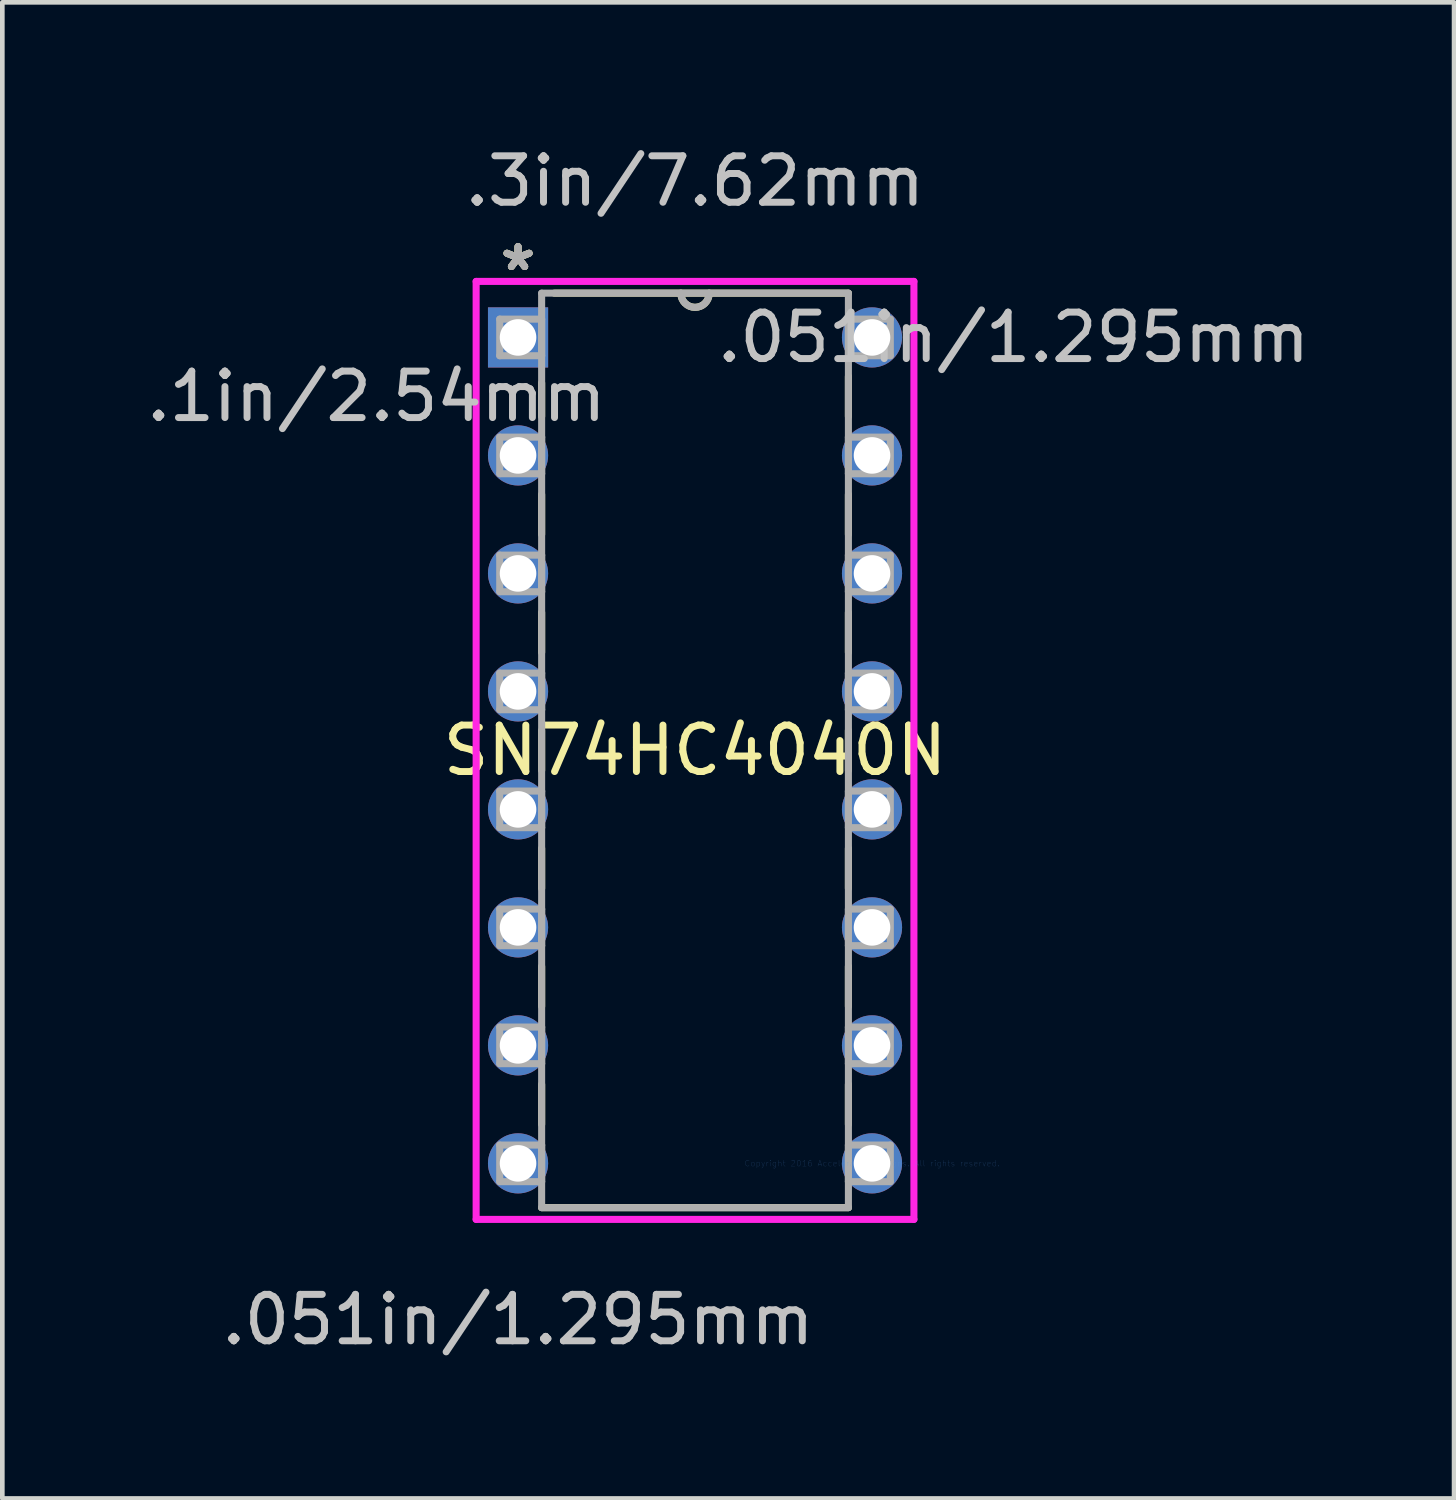
<source format=kicad_pcb>
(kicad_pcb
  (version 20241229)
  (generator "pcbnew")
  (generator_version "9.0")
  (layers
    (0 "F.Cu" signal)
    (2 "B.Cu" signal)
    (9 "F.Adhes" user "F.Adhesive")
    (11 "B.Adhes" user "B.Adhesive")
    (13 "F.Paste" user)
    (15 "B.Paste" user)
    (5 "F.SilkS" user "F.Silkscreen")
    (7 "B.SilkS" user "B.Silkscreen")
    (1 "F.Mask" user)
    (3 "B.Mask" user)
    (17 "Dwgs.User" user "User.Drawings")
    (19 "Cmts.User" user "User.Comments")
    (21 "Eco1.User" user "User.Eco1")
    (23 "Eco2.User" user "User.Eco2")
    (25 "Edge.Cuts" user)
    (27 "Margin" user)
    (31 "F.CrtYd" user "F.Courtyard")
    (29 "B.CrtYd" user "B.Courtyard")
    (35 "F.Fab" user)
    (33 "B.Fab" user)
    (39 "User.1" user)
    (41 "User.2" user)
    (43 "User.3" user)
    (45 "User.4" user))
  (footprint "SN74HC4040N"
    (layer "F.Cu")
    (at 15.722 21.994)
    (property "Reference" "SN74HC4040N" (at -3.81 -8.89 0) (layer "F.SilkS") (effects (font (size 1 1) (thickness 0.15))))
    (attr through_hole)
    (fp_line (start -7.112 -16.8) (end -7.112 -16.079) (stroke (width 0.152) (type solid)) (layer "F.SilkS"))
    (fp_line (start -7.112 -14.401) (end -7.112 -13.539) (stroke (width 0.152) (type solid)) (layer "F.SilkS"))
    (fp_line (start -7.112 -11.861) (end -7.112 -10.999) (stroke (width 0.152) (type solid)) (layer "F.SilkS"))
    (fp_line (start -7.112 -9.321) (end -7.112 -8.459) (stroke (width 0.152) (type solid)) (layer "F.SilkS"))
    (fp_line (start -7.112 -6.781) (end -7.112 -5.919) (stroke (width 0.152) (type solid)) (layer "F.SilkS"))
    (fp_line (start -7.112 -4.241) (end -7.112 -3.379) (stroke (width 0.152) (type solid)) (layer "F.SilkS"))
    (fp_line (start -7.112 -1.701) (end -7.112 -0.839) (stroke (width 0.152) (type solid)) (layer "F.SilkS"))
    (fp_line (start -7.112 0.953) (end -0.508 0.953) (stroke (width 0.152) (type solid)) (layer "F.SilkS"))
    (fp_line (start -0.508 -18.733) (end -6.839 -18.733) (stroke (width 0.152) (type solid)) (layer "F.SilkS"))
    (fp_line (start -0.508 -16.079) (end -0.508 -16.941) (stroke (width 0.152) (type solid)) (layer "F.SilkS"))
    (fp_line (start -0.508 -13.539) (end -0.508 -14.401) (stroke (width 0.152) (type solid)) (layer "F.SilkS"))
    (fp_line (start -0.508 -10.999) (end -0.508 -11.861) (stroke (width 0.152) (type solid)) (layer "F.SilkS"))
    (fp_line (start -0.508 -8.459) (end -0.508 -9.321) (stroke (width 0.152) (type solid)) (layer "F.SilkS"))
    (fp_line (start -0.508 -5.919) (end -0.508 -6.781) (stroke (width 0.152) (type solid)) (layer "F.SilkS"))
    (fp_line (start -0.508 -3.379) (end -0.508 -4.241) (stroke (width 0.152) (type solid)) (layer "F.SilkS"))
    (fp_line (start -0.508 -0.839) (end -0.508 -1.701) (stroke (width 0.152) (type solid)) (layer "F.SilkS"))
    (fp_arc (start -3.5052 -18.7325) (mid -3.81 -18.4277) (end -4.1148 -18.7325) (stroke (width 0.1524) (type solid)) (layer "F.SilkS"))
    (fp_line (start -8.522 -18.986) (end 0.902 -18.986) (stroke (width 0.152) (type solid)) (layer "F.CrtYd"))
    (fp_line (start -8.522 1.206) (end -8.522 -18.986) (stroke (width 0.152) (type solid)) (layer "F.CrtYd"))
    (fp_line (start 0.902 -18.986) (end 0.902 1.206) (stroke (width 0.152) (type solid)) (layer "F.CrtYd"))
    (fp_line (start 0.902 1.206) (end -8.522 1.206) (stroke (width 0.152) (type solid)) (layer "F.CrtYd"))
    (fp_line (start -8.014 -18.174) (end -8.014 -17.386) (stroke (width 0.152) (type solid)) (layer "F.Fab"))
    (fp_line (start -8.014 -17.386) (end -7.112 -17.386) (stroke (width 0.152) (type solid)) (layer "F.Fab"))
    (fp_line (start -8.014 -15.634) (end -8.014 -14.846) (stroke (width 0.152) (type solid)) (layer "F.Fab"))
    (fp_line (start -8.014 -14.846) (end -7.112 -14.846) (stroke (width 0.152) (type solid)) (layer "F.Fab"))
    (fp_line (start -8.014 -13.094) (end -8.014 -12.306) (stroke (width 0.152) (type solid)) (layer "F.Fab"))
    (fp_line (start -8.014 -12.306) (end -7.112 -12.306) (stroke (width 0.152) (type solid)) (layer "F.Fab"))
    (fp_line (start -8.014 -10.554) (end -8.014 -9.766) (stroke (width 0.152) (type solid)) (layer "F.Fab"))
    (fp_line (start -8.014 -9.766) (end -7.112 -9.766) (stroke (width 0.152) (type solid)) (layer "F.Fab"))
    (fp_line (start -8.014 -8.014) (end -8.014 -7.226) (stroke (width 0.152) (type solid)) (layer "F.Fab"))
    (fp_line (start -8.014 -7.226) (end -7.112 -7.226) (stroke (width 0.152) (type solid)) (layer "F.Fab"))
    (fp_line (start -8.014 -5.474) (end -8.014 -4.686) (stroke (width 0.152) (type solid)) (layer "F.Fab"))
    (fp_line (start -8.014 -4.686) (end -7.112 -4.686) (stroke (width 0.152) (type solid)) (layer "F.Fab"))
    (fp_line (start -8.014 -2.934) (end -8.014 -2.146) (stroke (width 0.152) (type solid)) (layer "F.Fab"))
    (fp_line (start -8.014 -2.146) (end -7.112 -2.146) (stroke (width 0.152) (type solid)) (layer "F.Fab"))
    (fp_line (start -8.014 -0.394) (end -8.014 0.394) (stroke (width 0.152) (type solid)) (layer "F.Fab"))
    (fp_line (start -8.014 0.394) (end -7.112 0.394) (stroke (width 0.152) (type solid)) (layer "F.Fab"))
    (fp_line (start -7.112 -18.733) (end -7.112 0.953) (stroke (width 0.152) (type solid)) (layer "F.Fab"))
    (fp_line (start -7.112 -18.174) (end -8.014 -18.174) (stroke (width 0.152) (type solid)) (layer "F.Fab"))
    (fp_line (start -7.112 -17.386) (end -7.112 -18.174) (stroke (width 0.152) (type solid)) (layer "F.Fab"))
    (fp_line (start -7.112 -15.634) (end -8.014 -15.634) (stroke (width 0.152) (type solid)) (layer "F.Fab"))
    (fp_line (start -7.112 -14.846) (end -7.112 -15.634) (stroke (width 0.152) (type solid)) (layer "F.Fab"))
    (fp_line (start -7.112 -13.094) (end -8.014 -13.094) (stroke (width 0.152) (type solid)) (layer "F.Fab"))
    (fp_line (start -7.112 -12.306) (end -7.112 -13.094) (stroke (width 0.152) (type solid)) (layer "F.Fab"))
    (fp_line (start -7.112 -10.554) (end -8.014 -10.554) (stroke (width 0.152) (type solid)) (layer "F.Fab"))
    (fp_line (start -7.112 -9.766) (end -7.112 -10.554) (stroke (width 0.152) (type solid)) (layer "F.Fab"))
    (fp_line (start -7.112 -8.014) (end -8.014 -8.014) (stroke (width 0.152) (type solid)) (layer "F.Fab"))
    (fp_line (start -7.112 -7.226) (end -7.112 -8.014) (stroke (width 0.152) (type solid)) (layer "F.Fab"))
    (fp_line (start -7.112 -5.474) (end -8.014 -5.474) (stroke (width 0.152) (type solid)) (layer "F.Fab"))
    (fp_line (start -7.112 -4.686) (end -7.112 -5.474) (stroke (width 0.152) (type solid)) (layer "F.Fab"))
    (fp_line (start -7.112 -2.934) (end -8.014 -2.934) (stroke (width 0.152) (type solid)) (layer "F.Fab"))
    (fp_line (start -7.112 -2.146) (end -7.112 -2.934) (stroke (width 0.152) (type solid)) (layer "F.Fab"))
    (fp_line (start -7.112 -0.394) (end -8.014 -0.394) (stroke (width 0.152) (type solid)) (layer "F.Fab"))
    (fp_line (start -7.112 0.394) (end -7.112 -0.394) (stroke (width 0.152) (type solid)) (layer "F.Fab"))
    (fp_line (start -7.112 0.953) (end -0.508 0.953) (stroke (width 0.152) (type solid)) (layer "F.Fab"))
    (fp_line (start -0.508 -18.733) (end -7.112 -18.733) (stroke (width 0.152) (type solid)) (layer "F.Fab"))
    (fp_line (start -0.508 -18.174) (end -0.508 -17.386) (stroke (width 0.152) (type solid)) (layer "F.Fab"))
    (fp_line (start -0.508 -17.386) (end 0.394 -17.386) (stroke (width 0.152) (type solid)) (layer "F.Fab"))
    (fp_line (start -0.508 -15.634) (end -0.508 -14.846) (stroke (width 0.152) (type solid)) (layer "F.Fab"))
    (fp_line (start -0.508 -14.846) (end 0.394 -14.846) (stroke (width 0.152) (type solid)) (layer "F.Fab"))
    (fp_line (start -0.508 -13.094) (end -0.508 -12.306) (stroke (width 0.152) (type solid)) (layer "F.Fab"))
    (fp_line (start -0.508 -12.306) (end 0.394 -12.306) (stroke (width 0.152) (type solid)) (layer "F.Fab"))
    (fp_line (start -0.508 -10.554) (end -0.508 -9.766) (stroke (width 0.152) (type solid)) (layer "F.Fab"))
    (fp_line (start -0.508 -9.766) (end 0.394 -9.766) (stroke (width 0.152) (type solid)) (layer "F.Fab"))
    (fp_line (start -0.508 -8.014) (end -0.508 -7.226) (stroke (width 0.152) (type solid)) (layer "F.Fab"))
    (fp_line (start -0.508 -7.226) (end 0.394 -7.226) (stroke (width 0.152) (type solid)) (layer "F.Fab"))
    (fp_line (start -0.508 -5.474) (end -0.508 -4.686) (stroke (width 0.152) (type solid)) (layer "F.Fab"))
    (fp_line (start -0.508 -4.686) (end 0.394 -4.686) (stroke (width 0.152) (type solid)) (layer "F.Fab"))
    (fp_line (start -0.508 -2.934) (end -0.508 -2.146) (stroke (width 0.152) (type solid)) (layer "F.Fab"))
    (fp_line (start -0.508 -2.146) (end 0.394 -2.146) (stroke (width 0.152) (type solid)) (layer "F.Fab"))
    (fp_line (start -0.508 -0.394) (end -0.508 0.394) (stroke (width 0.152) (type solid)) (layer "F.Fab"))
    (fp_line (start -0.508 0.394) (end 0.394 0.394) (stroke (width 0.152) (type solid)) (layer "F.Fab"))
    (fp_line (start -0.508 0.953) (end -0.508 -18.733) (stroke (width 0.152) (type solid)) (layer "F.Fab"))
    (fp_line (start 0.394 -18.174) (end -0.508 -18.174) (stroke (width 0.152) (type solid)) (layer "F.Fab"))
    (fp_line (start 0.394 -17.386) (end 0.394 -18.174) (stroke (width 0.152) (type solid)) (layer "F.Fab"))
    (fp_line (start 0.394 -15.634) (end -0.508 -15.634) (stroke (width 0.152) (type solid)) (layer "F.Fab"))
    (fp_line (start 0.394 -14.846) (end 0.394 -15.634) (stroke (width 0.152) (type solid)) (layer "F.Fab"))
    (fp_line (start 0.394 -13.094) (end -0.508 -13.094) (stroke (width 0.152) (type solid)) (layer "F.Fab"))
    (fp_line (start 0.394 -12.306) (end 0.394 -13.094) (stroke (width 0.152) (type solid)) (layer "F.Fab"))
    (fp_line (start 0.394 -10.554) (end -0.508 -10.554) (stroke (width 0.152) (type solid)) (layer "F.Fab"))
    (fp_line (start 0.394 -9.766) (end 0.394 -10.554) (stroke (width 0.152) (type solid)) (layer "F.Fab"))
    (fp_line (start 0.394 -8.014) (end -0.508 -8.014) (stroke (width 0.152) (type solid)) (layer "F.Fab"))
    (fp_line (start 0.394 -7.226) (end 0.394 -8.014) (stroke (width 0.152) (type solid)) (layer "F.Fab"))
    (fp_line (start 0.394 -5.474) (end -0.508 -5.474) (stroke (width 0.152) (type solid)) (layer "F.Fab"))
    (fp_line (start 0.394 -4.686) (end 0.394 -5.474) (stroke (width 0.152) (type solid)) (layer "F.Fab"))
    (fp_line (start 0.394 -2.934) (end -0.508 -2.934) (stroke (width 0.152) (type solid)) (layer "F.Fab"))
    (fp_line (start 0.394 -2.146) (end 0.394 -2.934) (stroke (width 0.152) (type solid)) (layer "F.Fab"))
    (fp_line (start 0.394 -0.394) (end -0.508 -0.394) (stroke (width 0.152) (type solid)) (layer "F.Fab"))
    (fp_line (start 0.394 0.394) (end 0.394 -0.394) (stroke (width 0.152) (type solid)) (layer "F.Fab"))
    (fp_arc (start -3.5052 -18.7325) (mid -3.81 -18.4277) (end -4.1148 -18.7325) (stroke (width 0.1524) (type solid)) (layer "F.Fab"))
    (fp_text user "*" (at -7.62 -19.19 0) (layer "F.SilkS") (effects (font (size 1 1) (thickness 0.15))))
    (fp_text user "*" (at -7.62 -19.19 0) (layer "F.SilkS") (effects (font (size 1 1) (thickness 0.15))))
    (fp_text user ".3in/7.62mm" (at -3.81 -21.145 0) (layer "Dwgs.User") (effects (font (size 1 1) (thickness 0.15))))
    (fp_text user ".051in/1.295mm" (at 3.048 -17.78 0) (layer "Dwgs.User") (effects (font (size 1 1) (thickness 0.15))))
    (fp_text user ".1in/2.54mm" (at -10.668 -16.51 0) (layer "Dwgs.User") (effects (font (size 1 1) (thickness 0.15))))
    (fp_text user ".051in/1.295mm" (at -7.62 3.365 0) (layer "Dwgs.User") (effects (font (size 1 1) (thickness 0.15))))
    (fp_text user "Copyright 2016 Accelerated Designs. All rights reserved." (at 0 0 0) (layer "Cmts.User") (effects (font (size 0.127 0.127) (thickness 0.002))))
    (fp_text user "*" (at -7.62 -19.19 0) (layer "F.Fab") (effects (font (size 1 1) (thickness 0.15))))
    (fp_text user "*" (at -7.62 -19.19 0) (layer "F.Fab") (effects (font (size 1 1) (thickness 0.15))))
    (pad "1" thru_hole rect (at -7.62 -17.78) (size 1.295 1.295) (drill 0.787) (layers "*.Cu" "*.Mask"))
    (pad "2" thru_hole circle (at -7.62 -15.24) (size 1.295 1.295) (drill 0.787) (layers "*.Cu" "*.Mask"))
    (pad "3" thru_hole circle (at -7.62 -12.7) (size 1.295 1.295) (drill 0.787) (layers "*.Cu" "*.Mask"))
    (pad "4" thru_hole circle (at -7.62 -10.16) (size 1.295 1.295) (drill 0.787) (layers "*.Cu" "*.Mask"))
    (pad "5" thru_hole circle (at -7.62 -7.62) (size 1.295 1.295) (drill 0.787) (layers "*.Cu" "*.Mask"))
    (pad "6" thru_hole circle (at -7.62 -5.08) (size 1.295 1.295) (drill 0.787) (layers "*.Cu" "*.Mask"))
    (pad "7" thru_hole circle (at -7.62 -2.54) (size 1.295 1.295) (drill 0.787) (layers "*.Cu" "*.Mask"))
    (pad "8" thru_hole circle (at -7.62 0) (size 1.295 1.295) (drill 0.787) (layers "*.Cu" "*.Mask"))
    (pad "9" thru_hole circle (at 0 0) (size 1.295 1.295) (drill 0.787) (layers "*.Cu" "*.Mask"))
    (pad "10" thru_hole circle (at 0 -2.54) (size 1.295 1.295) (drill 0.787) (layers "*.Cu" "*.Mask"))
    (pad "11" thru_hole circle (at 0 -5.08) (size 1.295 1.295) (drill 0.787) (layers "*.Cu" "*.Mask"))
    (pad "12" thru_hole circle (at 0 -7.62) (size 1.295 1.295) (drill 0.787) (layers "*.Cu" "*.Mask"))
    (pad "13" thru_hole circle (at 0 -10.16) (size 1.295 1.295) (drill 0.787) (layers "*.Cu" "*.Mask"))
    (pad "14" thru_hole circle (at 0 -12.7) (size 1.295 1.295) (drill 0.787) (layers "*.Cu" "*.Mask"))
    (pad "15" thru_hole circle (at 0 -15.24) (size 1.295 1.295) (drill 0.787) (layers "*.Cu" "*.Mask"))
    (pad "16" thru_hole circle (at 0 -17.78) (size 1.295 1.295) (drill 0.787) (layers "*.Cu" "*.Mask")))
  (gr_rect
    (start -3 -3)
    (end 28.252 29.207)
    (stroke (width 0.1) (type default))
    (fill no)
    (layer "Edge.Cuts")))
</source>
